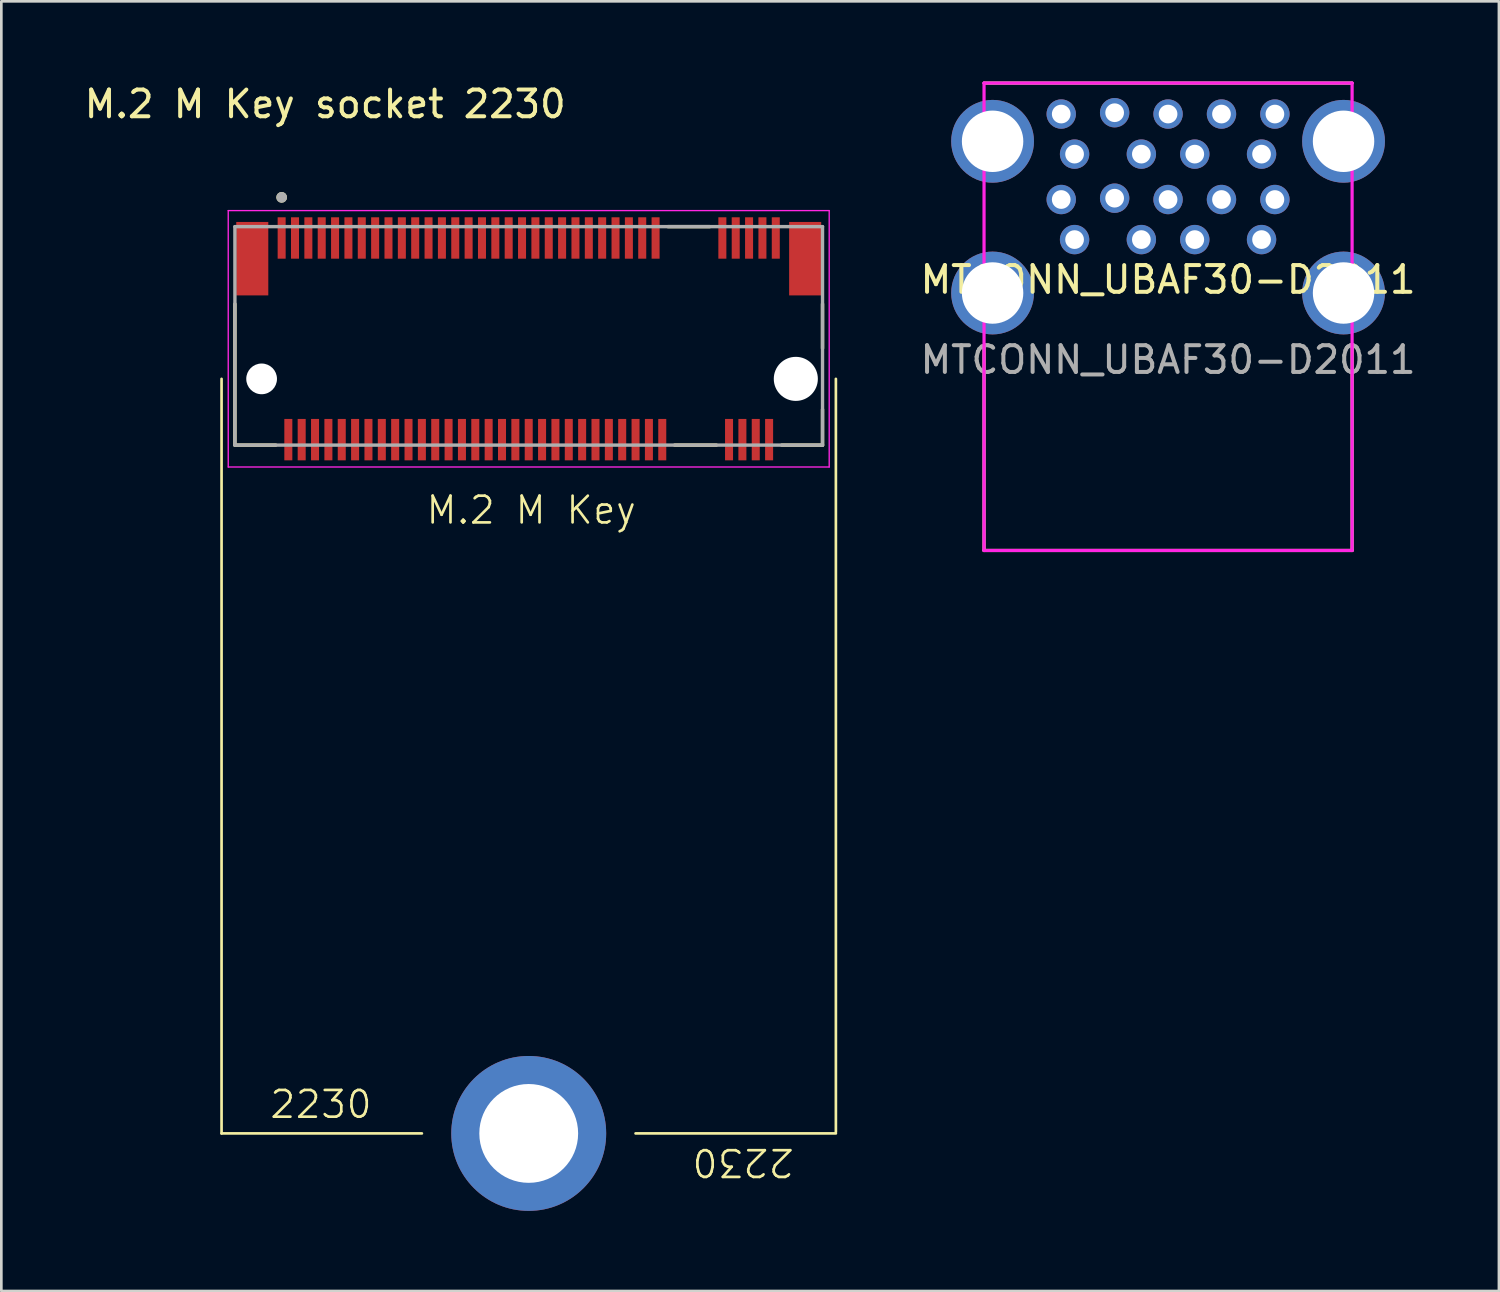
<source format=kicad_pcb>
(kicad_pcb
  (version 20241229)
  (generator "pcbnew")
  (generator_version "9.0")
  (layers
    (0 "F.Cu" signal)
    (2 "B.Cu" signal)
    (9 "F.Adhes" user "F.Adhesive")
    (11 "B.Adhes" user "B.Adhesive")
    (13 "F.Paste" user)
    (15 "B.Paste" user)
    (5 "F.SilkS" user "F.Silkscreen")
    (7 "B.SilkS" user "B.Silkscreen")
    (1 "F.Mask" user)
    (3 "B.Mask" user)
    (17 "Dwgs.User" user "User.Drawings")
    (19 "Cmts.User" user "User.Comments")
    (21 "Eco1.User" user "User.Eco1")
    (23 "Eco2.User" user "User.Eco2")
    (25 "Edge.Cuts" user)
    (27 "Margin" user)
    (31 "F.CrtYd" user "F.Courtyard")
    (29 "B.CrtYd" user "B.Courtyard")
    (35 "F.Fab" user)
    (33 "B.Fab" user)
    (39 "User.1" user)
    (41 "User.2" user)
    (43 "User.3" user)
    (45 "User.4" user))
  (footprint "MTCONN_UBAF30-D2011"
    (layer "F.Cu")
    (at 40.682 7.92)
    (property "Reference" "MTCONN_UBAF30-D2011" (at 0 -0.5 0) (unlocked yes) (layer "F.SilkS") (effects (font (size 1 1) (thickness 0.15))))
    (attr through_hole)
    (fp_line (start -6.89 -7.86) (end 6.89 -7.86) (stroke (width 0.12) (type solid)) (layer "F.SilkS"))
    (fp_line (start -6.89 9.64) (end -6.89 2) (stroke (width 0.12) (type solid)) (layer "F.SilkS"))
    (fp_line (start -6.89 9.64) (end 6.89 9.64) (stroke (width 0.12) (type solid)) (layer "F.SilkS"))
    (fp_line (start 6.89 2) (end 6.89 9.64) (stroke (width 0.12) (type solid)) (layer "F.SilkS"))
    (fp_line (start -6.89 -7.86) (end -6.89 9.64) (stroke (width 0.12) (type solid)) (layer "F.CrtYd"))
    (fp_line (start -6.89 9.64) (end 6.89 9.64) (stroke (width 0.12) (type solid)) (layer "F.CrtYd"))
    (fp_line (start 6.89 -7.86) (end -6.89 -7.86) (stroke (width 0.12) (type solid)) (layer "F.CrtYd"))
    (fp_line (start 6.89 9.64) (end 6.89 -7.86) (stroke (width 0.12) (type solid)) (layer "F.CrtYd"))
    (fp_text user "${REFERENCE}" (at 0 2.5 0) (unlocked yes) (layer "F.Fab") (effects (font (size 1 1) (thickness 0.15))))
    (pad "10" thru_hole circle (at -6.57 -5.68) (size 3.1 3.1) (drill 2.3) (layers "*.Cu" "*.Mask"))
    (pad "10" thru_hole circle (at -6.57 0) (size 3.1 3.1) (drill 2.3) (layers "*.Cu" "*.Mask"))
    (pad "10" thru_hole circle (at 6.57 -5.68) (size 3.1 3.1) (drill 2.3) (layers "*.Cu" "*.Mask"))
    (pad "10" thru_hole circle (at 6.57 0) (size 3.1 3.1) (drill 2.3) (layers "*.Cu" "*.Mask"))
    (pad "A1" thru_hole circle (at -3.5 -2) (size 1.1 1.1) (drill 0.7) (layers "*.Cu" "*.Mask"))
    (pad "A2" thru_hole circle (at -1 -2) (size 1.1 1.1) (drill 0.7) (layers "*.Cu" "*.Mask"))
    (pad "A3" thru_hole circle (at 1 -2) (size 1.1 1.1) (drill 0.7) (layers "*.Cu" "*.Mask"))
    (pad "A4" thru_hole circle (at 3.5 -2) (size 1.1 1.1) (drill 0.7) (layers "*.Cu" "*.Mask"))
    (pad "A5" thru_hole circle (at 4 -3.5) (size 1.1 1.1) (drill 0.7) (layers "*.Cu" "*.Mask"))
    (pad "A6" thru_hole circle (at 2 -3.5) (size 1.1 1.1) (drill 0.7) (layers "*.Cu" "*.Mask"))
    (pad "A7" thru_hole circle (at 0 -3.5) (size 1.1 1.1) (drill 0.7) (layers "*.Cu" "*.Mask"))
    (pad "A8" thru_hole circle (at -2 -3.55) (size 1.1 1.1) (drill 0.7) (layers "*.Cu" "*.Mask"))
    (pad "A9" thru_hole circle (at -4 -3.5) (size 1.1 1.1) (drill 0.7) (layers "*.Cu" "*.Mask"))
    (pad "B1" thru_hole circle (at -3.5 -5.2) (size 1.1 1.1) (drill 0.7) (layers "*.Cu" "*.Mask"))
    (pad "B2" thru_hole circle (at -1 -5.2) (size 1.1 1.1) (drill 0.7) (layers "*.Cu" "*.Mask"))
    (pad "B3" thru_hole circle (at 1 -5.2) (size 1.1 1.1) (drill 0.7) (layers "*.Cu" "*.Mask"))
    (pad "B4" thru_hole circle (at 3.5 -5.2) (size 1.1 1.1) (drill 0.7) (layers "*.Cu" "*.Mask"))
    (pad "B5" thru_hole circle (at 4 -6.7) (size 1.1 1.1) (drill 0.7) (layers "*.Cu" "*.Mask"))
    (pad "B6" thru_hole circle (at 2 -6.7) (size 1.1 1.1) (drill 0.7) (layers "*.Cu" "*.Mask"))
    (pad "B7" thru_hole circle (at 0 -6.7) (size 1.1 1.1) (drill 0.7) (layers "*.Cu" "*.Mask"))
    (pad "B8" thru_hole circle (at -2 -6.75) (size 1.1 1.1) (drill 0.7) (layers "*.Cu" "*.Mask"))
    (pad "B9" thru_hole circle (at -4 -6.7) (size 1.1 1.1) (drill 0.7) (layers "*.Cu" "*.Mask")))
  (footprint "M.2 M Key socket 2230"
    (layer "F.Cu")
    (at 16.745 11.135)
    (property "Reference" "M.2 M Key socket 2230" (at -7.62 -10.287 0) (layer "F.SilkS") (effects (font (size 1 1) (thickness 0.15))))
    (fp_line (start -11.5 0) (end -11.5 28.25) (stroke (width 0.1) (type default)) (layer "F.SilkS"))
    (fp_line (start -11.5 28.25) (end -4 28.25) (stroke (width 0.1) (type default)) (layer "F.SilkS"))
    (fp_line (start -11 2.48) (end -11 -2.805) (stroke (width 0.127) (type solid)) (layer "F.SilkS"))
    (fp_line (start -9.47 2.48) (end -11 2.48) (stroke (width 0.127) (type solid)) (layer "F.SilkS"))
    (fp_line (start 4 28.25) (end 11.5 28.25) (stroke (width 0.1) (type default)) (layer "F.SilkS"))
    (fp_line (start 5.213 -5.7) (end 6.777 -5.7) (stroke (width 0.127) (type solid)) (layer "F.SilkS"))
    (fp_line (start 5.463 2.48) (end 7.027 2.48) (stroke (width 0.127) (type solid)) (layer "F.SilkS"))
    (fp_line (start 11 -2.805) (end 11 -1.145) (stroke (width 0.127) (type solid)) (layer "F.SilkS"))
    (fp_line (start 11 2.48) (end 9.47 2.48) (stroke (width 0.127) (type solid)) (layer "F.SilkS"))
    (fp_line (start 11 2.48) (end 11 1.145) (stroke (width 0.127) (type solid)) (layer "F.SilkS"))
    (fp_line (start 11.5 28.2) (end 11.5 0) (stroke (width 0.1) (type default)) (layer "F.SilkS"))
    (fp_circle (center -9.25 -6.796) (end -9.15 -6.796) (stroke (width 0.2) (type solid)) (fill no) (layer "F.SilkS"))
    (fp_line (start -11.25 -6.3) (end -11.25 3.3) (stroke (width 0.05) (type solid)) (layer "F.CrtYd"))
    (fp_line (start -11.25 3.3) (end 11.25 3.3) (stroke (width 0.05) (type solid)) (layer "F.CrtYd"))
    (fp_line (start 11.25 -6.3) (end -11.25 -6.3) (stroke (width 0.05) (type solid)) (layer "F.CrtYd"))
    (fp_line (start 11.25 3.3) (end 11.25 -6.3) (stroke (width 0.05) (type solid)) (layer "F.CrtYd"))
    (fp_line (start -11 -5.7) (end 11 -5.7) (stroke (width 0.127) (type solid)) (layer "F.Fab"))
    (fp_line (start -11 2.48) (end -11 -5.7) (stroke (width 0.127) (type solid)) (layer "F.Fab"))
    (fp_line (start 11 -5.7) (end 11 2.48) (stroke (width 0.127) (type solid)) (layer "F.Fab"))
    (fp_line (start 11 2.48) (end -11 2.48) (stroke (width 0.127) (type solid)) (layer "F.Fab"))
    (fp_circle (center -9.25 -6.796) (end -9.15 -6.796) (stroke (width 0.2) (type solid)) (fill no) (layer "F.Fab"))
    (fp_text user "2230" (at -9.75 27.75 0) (unlocked yes) (layer "F.SilkS") (effects (font (size 1 1) (thickness 0.1)) (justify left bottom)))
    (fp_text user "M.2 M Key" (at -3.9 5.5 0) (unlocked yes) (layer "F.SilkS") (effects (font (size 1 1) (thickness 0.1)) (justify left bottom)))
    (fp_text user "2230" (at 10 28.75 180) (unlocked yes) (layer "F.SilkS") (effects (font (size 1 1) (thickness 0.1)) (justify left bottom)))
    (pad "" np_thru_hole circle (at -10 0) (size 1.15 1.15) (drill 1.15) (layers "*.Cu" "*.Mask"))
    (pad "" np_thru_hole circle (at 10 0) (size 1.65 1.65) (drill 1.65) (layers "*.Cu" "*.Mask"))
    (pad "1" smd rect (at -9.25 -5.275) (size 0.3 1.55) (layers "F.Cu" "F.Mask" "F.Paste"))
    (pad "2" smd rect (at -9 2.275) (size 0.3 1.55) (layers "F.Cu" "F.Mask" "F.Paste"))
    (pad "3" smd rect (at -8.75 -5.275) (size 0.3 1.55) (layers "F.Cu" "F.Mask" "F.Paste"))
    (pad "4" smd rect (at -8.5 2.275) (size 0.3 1.55) (layers "F.Cu" "F.Mask" "F.Paste"))
    (pad "5" smd rect (at -8.25 -5.275) (size 0.3 1.55) (layers "F.Cu" "F.Mask" "F.Paste"))
    (pad "6" smd rect (at -8 2.275) (size 0.3 1.55) (layers "F.Cu" "F.Mask" "F.Paste"))
    (pad "7" smd rect (at -7.75 -5.275) (size 0.3 1.55) (layers "F.Cu" "F.Mask" "F.Paste"))
    (pad "8" smd rect (at -7.5 2.275) (size 0.3 1.55) (layers "F.Cu" "F.Mask" "F.Paste"))
    (pad "9" smd rect (at -7.25 -5.275) (size 0.3 1.55) (layers "F.Cu" "F.Mask" "F.Paste"))
    (pad "10" smd rect (at -7 2.275) (size 0.3 1.55) (layers "F.Cu" "F.Mask" "F.Paste"))
    (pad "11" smd rect (at -6.75 -5.275) (size 0.3 1.55) (layers "F.Cu" "F.Mask" "F.Paste"))
    (pad "12" smd rect (at -6.5 2.275) (size 0.3 1.55) (layers "F.Cu" "F.Mask" "F.Paste"))
    (pad "13" smd rect (at -6.25 -5.275) (size 0.3 1.55) (layers "F.Cu" "F.Mask" "F.Paste"))
    (pad "14" smd rect (at -6 2.275) (size 0.3 1.55) (layers "F.Cu" "F.Mask" "F.Paste"))
    (pad "15" smd rect (at -5.75 -5.275) (size 0.3 1.55) (layers "F.Cu" "F.Mask" "F.Paste"))
    (pad "16" smd rect (at -5.5 2.275) (size 0.3 1.55) (layers "F.Cu" "F.Mask" "F.Paste"))
    (pad "17" smd rect (at -5.25 -5.275) (size 0.3 1.55) (layers "F.Cu" "F.Mask" "F.Paste"))
    (pad "18" smd rect (at -5 2.275) (size 0.3 1.55) (layers "F.Cu" "F.Mask" "F.Paste"))
    (pad "19" smd rect (at -4.75 -5.275) (size 0.3 1.55) (layers "F.Cu" "F.Mask" "F.Paste"))
    (pad "20" smd rect (at -4.5 2.275) (size 0.3 1.55) (layers "F.Cu" "F.Mask" "F.Paste"))
    (pad "21" smd rect (at -4.25 -5.275) (size 0.3 1.55) (layers "F.Cu" "F.Mask" "F.Paste"))
    (pad "22" smd rect (at -4 2.275) (size 0.3 1.55) (layers "F.Cu" "F.Mask" "F.Paste"))
    (pad "23" smd rect (at -3.75 -5.275) (size 0.3 1.55) (layers "F.Cu" "F.Mask" "F.Paste"))
    (pad "24" smd rect (at -3.5 2.275) (size 0.3 1.55) (layers "F.Cu" "F.Mask" "F.Paste"))
    (pad "25" smd rect (at -3.25 -5.275) (size 0.3 1.55) (layers "F.Cu" "F.Mask" "F.Paste"))
    (pad "26" smd rect (at -3 2.275) (size 0.3 1.55) (layers "F.Cu" "F.Mask" "F.Paste"))
    (pad "27" smd rect (at -2.75 -5.275) (size 0.3 1.55) (layers "F.Cu" "F.Mask" "F.Paste"))
    (pad "28" smd rect (at -2.5 2.275) (size 0.3 1.55) (layers "F.Cu" "F.Mask" "F.Paste"))
    (pad "29" smd rect (at -2.25 -5.275) (size 0.3 1.55) (layers "F.Cu" "F.Mask" "F.Paste"))
    (pad "30" smd rect (at -2 2.275) (size 0.3 1.55) (layers "F.Cu" "F.Mask" "F.Paste"))
    (pad "31" smd rect (at -1.75 -5.275) (size 0.3 1.55) (layers "F.Cu" "F.Mask" "F.Paste"))
    (pad "32" smd rect (at -1.5 2.275) (size 0.3 1.55) (layers "F.Cu" "F.Mask" "F.Paste"))
    (pad "33" smd rect (at -1.25 -5.275) (size 0.3 1.55) (layers "F.Cu" "F.Mask" "F.Paste"))
    (pad "34" smd rect (at -1 2.275) (size 0.3 1.55) (layers "F.Cu" "F.Mask" "F.Paste"))
    (pad "35" smd rect (at -0.75 -5.275) (size 0.3 1.55) (layers "F.Cu" "F.Mask" "F.Paste"))
    (pad "36" smd rect (at -0.5 2.275) (size 0.3 1.55) (layers "F.Cu" "F.Mask" "F.Paste"))
    (pad "37" smd rect (at -0.25 -5.275) (size 0.3 1.55) (layers "F.Cu" "F.Mask" "F.Paste"))
    (pad "38" smd rect (at 0 2.275) (size 0.3 1.55) (layers "F.Cu" "F.Mask" "F.Paste"))
    (pad "39" smd rect (at 0.25 -5.275) (size 0.3 1.55) (layers "F.Cu" "F.Mask" "F.Paste"))
    (pad "40" smd rect (at 0.5 2.275) (size 0.3 1.55) (layers "F.Cu" "F.Mask" "F.Paste"))
    (pad "41" smd rect (at 0.75 -5.275) (size 0.3 1.55) (layers "F.Cu" "F.Mask" "F.Paste"))
    (pad "42" smd rect (at 1 2.275) (size 0.3 1.55) (layers "F.Cu" "F.Mask" "F.Paste"))
    (pad "43" smd rect (at 1.25 -5.275) (size 0.3 1.55) (layers "F.Cu" "F.Mask" "F.Paste"))
    (pad "44" smd rect (at 1.5 2.275) (size 0.3 1.55) (layers "F.Cu" "F.Mask" "F.Paste"))
    (pad "45" smd rect (at 1.75 -5.275) (size 0.3 1.55) (layers "F.Cu" "F.Mask" "F.Paste"))
    (pad "46" smd rect (at 2 2.275) (size 0.3 1.55) (layers "F.Cu" "F.Mask" "F.Paste"))
    (pad "47" smd rect (at 2.25 -5.275) (size 0.3 1.55) (layers "F.Cu" "F.Mask" "F.Paste"))
    (pad "48" smd rect (at 2.5 2.275) (size 0.3 1.55) (layers "F.Cu" "F.Mask" "F.Paste"))
    (pad "49" smd rect (at 2.75 -5.275) (size 0.3 1.55) (layers "F.Cu" "F.Mask" "F.Paste"))
    (pad "50" smd rect (at 3 2.275) (size 0.3 1.55) (layers "F.Cu" "F.Mask" "F.Paste"))
    (pad "51" smd rect (at 3.25 -5.275) (size 0.3 1.55) (layers "F.Cu" "F.Mask" "F.Paste"))
    (pad "52" smd rect (at 3.5 2.275) (size 0.3 1.55) (layers "F.Cu" "F.Mask" "F.Paste"))
    (pad "53" smd rect (at 3.75 -5.275) (size 0.3 1.55) (layers "F.Cu" "F.Mask" "F.Paste"))
    (pad "54" smd rect (at 4 2.275) (size 0.3 1.55) (layers "F.Cu" "F.Mask" "F.Paste"))
    (pad "55" smd rect (at 4.25 -5.275) (size 0.3 1.55) (layers "F.Cu" "F.Mask" "F.Paste"))
    (pad "56" smd rect (at 4.5 2.275) (size 0.3 1.55) (layers "F.Cu" "F.Mask" "F.Paste"))
    (pad "57" smd rect (at 4.75 -5.275) (size 0.3 1.55) (layers "F.Cu" "F.Mask" "F.Paste"))
    (pad "58" smd rect (at 5 2.275) (size 0.3 1.55) (layers "F.Cu" "F.Mask" "F.Paste"))
    (pad "67" smd rect (at 7.25 -5.275) (size 0.3 1.55) (layers "F.Cu" "F.Mask" "F.Paste"))
    (pad "68" smd rect (at 7.5 2.275) (size 0.3 1.55) (layers "F.Cu" "F.Mask" "F.Paste"))
    (pad "69" smd rect (at 7.75 -5.275) (size 0.3 1.55) (layers "F.Cu" "F.Mask" "F.Paste"))
    (pad "70" smd rect (at 8 2.275) (size 0.3 1.55) (layers "F.Cu" "F.Mask" "F.Paste"))
    (pad "71" smd rect (at 8.25 -5.275) (size 0.3 1.55) (layers "F.Cu" "F.Mask" "F.Paste"))
    (pad "72" smd rect (at 8.5 2.275) (size 0.3 1.55) (layers "F.Cu" "F.Mask" "F.Paste"))
    (pad "73" smd rect (at 8.75 -5.275) (size 0.3 1.55) (layers "F.Cu" "F.Mask" "F.Paste"))
    (pad "74" smd rect (at 9 2.275) (size 0.3 1.55) (layers "F.Cu" "F.Mask" "F.Paste"))
    (pad "75" smd rect (at 9.25 -5.275) (size 0.3 1.55) (layers "F.Cu" "F.Mask" "F.Paste"))
    (pad "M1" thru_hole circle (at 0 28.25) (size 5.8 5.8) (drill 3.7) (layers "*.Cu" "*.Mask"))
    (pad "S1" smd rect (at -10.35 -4.5) (size 1.2 2.75) (layers "F.Cu" "F.Mask" "F.Paste"))
    (pad "S2" smd rect (at 10.35 -4.5) (size 1.2 2.75) (layers "F.Cu" "F.Mask" "F.Paste")))
  (gr_rect
    (start -3 -3)
    (end 53.069 45.285)
    (stroke (width 0.1) (type default))
    (fill no)
    (layer "Edge.Cuts")))
</source>
